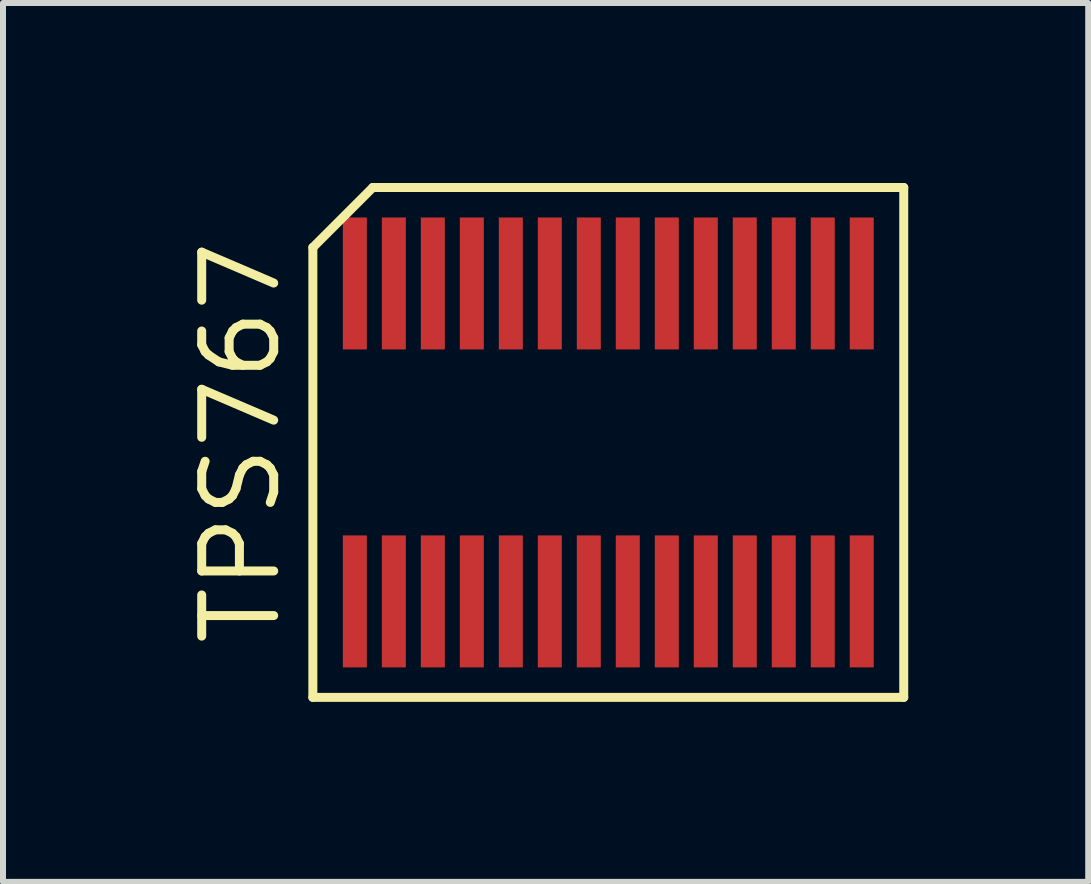
<source format=kicad_pcb>
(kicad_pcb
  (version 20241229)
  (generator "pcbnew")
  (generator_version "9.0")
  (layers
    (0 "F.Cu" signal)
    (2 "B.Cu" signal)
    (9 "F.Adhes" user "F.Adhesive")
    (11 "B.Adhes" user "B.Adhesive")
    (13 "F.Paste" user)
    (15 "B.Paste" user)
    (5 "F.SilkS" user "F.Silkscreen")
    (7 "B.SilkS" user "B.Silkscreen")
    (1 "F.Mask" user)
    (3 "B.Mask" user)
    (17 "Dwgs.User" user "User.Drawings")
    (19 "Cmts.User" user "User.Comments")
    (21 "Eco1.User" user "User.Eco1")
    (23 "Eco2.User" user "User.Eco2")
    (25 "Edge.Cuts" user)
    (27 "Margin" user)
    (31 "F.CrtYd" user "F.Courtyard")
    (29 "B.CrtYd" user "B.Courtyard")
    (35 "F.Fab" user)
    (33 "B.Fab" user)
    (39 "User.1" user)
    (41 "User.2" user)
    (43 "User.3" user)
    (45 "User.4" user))
  (footprint "TPS767"
    (layer "F.Cu")
    (at 7.09 4.325)
    (property "Reference" "TPS767" (at -6.125 0 90) (layer "F.SilkS") (effects (font (size 1.2 1.2) (thickness 0.15))))
    (attr through_hole)
    (fp_line (start -4.925 -3.25) (end -4.925 4.25) (stroke (width 0.15) (type solid)) (layer "F.SilkS"))
    (fp_line (start -4.925 4.25) (end 4.925 4.25) (stroke (width 0.15) (type solid)) (layer "F.SilkS"))
    (fp_line (start -3.925 -4.25) (end -4.925 -3.25) (stroke (width 0.15) (type solid)) (layer "F.SilkS"))
    (fp_line (start 4.925 -4.25) (end -3.925 -4.25) (stroke (width 0.15) (type solid)) (layer "F.SilkS"))
    (fp_line (start 4.925 4.25) (end 4.925 -4.25) (stroke (width 0.15) (type solid)) (layer "F.SilkS"))
    (pad "1" smd rect (at -4.225 2.65) (size 0.4 2.2) (layers "F.Cu" "F.Mask" "F.Paste"))
    (pad "2" smd rect (at -3.575 2.65) (size 0.4 2.2) (layers "F.Cu" "F.Mask" "F.Paste"))
    (pad "3" smd rect (at -2.925 2.65) (size 0.4 2.2) (layers "F.Cu" "F.Mask" "F.Paste"))
    (pad "4" smd rect (at -2.275 2.65) (size 0.4 2.2) (layers "F.Cu" "F.Mask" "F.Paste"))
    (pad "5" smd rect (at -1.625 2.65) (size 0.4 2.2) (layers "F.Cu" "F.Mask" "F.Paste"))
    (pad "6" smd rect (at -0.975 2.65) (size 0.4 2.2) (layers "F.Cu" "F.Mask" "F.Paste"))
    (pad "7" smd rect (at -0.325 2.65) (size 0.4 2.2) (layers "F.Cu" "F.Mask" "F.Paste"))
    (pad "8" smd rect (at 0.325 2.65) (size 0.4 2.2) (layers "F.Cu" "F.Mask" "F.Paste"))
    (pad "9" smd rect (at 0.975 2.65) (size 0.4 2.2) (layers "F.Cu" "F.Mask" "F.Paste"))
    (pad "10" smd rect (at 1.625 2.65) (size 0.4 2.2) (layers "F.Cu" "F.Mask" "F.Paste"))
    (pad "11" smd rect (at 2.275 2.65) (size 0.4 2.2) (layers "F.Cu" "F.Mask" "F.Paste"))
    (pad "12" smd rect (at 2.925 2.65) (size 0.4 2.2) (layers "F.Cu" "F.Mask" "F.Paste"))
    (pad "13" smd rect (at 3.575 2.65) (size 0.4 2.2) (layers "F.Cu" "F.Mask" "F.Paste"))
    (pad "14" smd rect (at 4.225 2.65) (size 0.4 2.2) (layers "F.Cu" "F.Mask" "F.Paste"))
    (pad "15" smd rect (at 4.225 -2.65) (size 0.4 2.2) (layers "F.Cu" "F.Mask" "F.Paste"))
    (pad "16" smd rect (at 3.575 -2.65) (size 0.4 2.2) (layers "F.Cu" "F.Mask" "F.Paste"))
    (pad "17" smd rect (at 2.925 -2.65) (size 0.4 2.2) (layers "F.Cu" "F.Mask" "F.Paste"))
    (pad "18" smd rect (at 2.275 -2.65) (size 0.4 2.2) (layers "F.Cu" "F.Mask" "F.Paste"))
    (pad "19" smd rect (at 1.625 -2.65) (size 0.4 2.2) (layers "F.Cu" "F.Mask" "F.Paste"))
    (pad "20" smd rect (at 0.975 -2.65) (size 0.4 2.2) (layers "F.Cu" "F.Mask" "F.Paste"))
    (pad "21" smd rect (at 0.325 -2.65) (size 0.4 2.2) (layers "F.Cu" "F.Mask" "F.Paste"))
    (pad "22" smd rect (at -0.325 -2.65) (size 0.4 2.2) (layers "F.Cu" "F.Mask" "F.Paste"))
    (pad "23" smd rect (at -0.975 -2.65) (size 0.4 2.2) (layers "F.Cu" "F.Mask" "F.Paste"))
    (pad "24" smd rect (at -1.625 -2.65) (size 0.4 2.2) (layers "F.Cu" "F.Mask" "F.Paste"))
    (pad "25" smd rect (at -2.275 -2.65) (size 0.4 2.2) (layers "F.Cu" "F.Mask" "F.Paste"))
    (pad "26" smd rect (at -2.925 -2.65) (size 0.4 2.2) (layers "F.Cu" "F.Mask" "F.Paste"))
    (pad "27" smd rect (at -3.575 -2.65) (size 0.4 2.2) (layers "F.Cu" "F.Mask" "F.Paste"))
    (pad "28" smd rect (at -4.225 -2.65) (size 0.4 2.2) (layers "F.Cu" "F.Mask" "F.Paste")))
  (gr_rect
    (start -3 -3)
    (end 15.09 11.65)
    (stroke (width 0.1) (type default))
    (fill no)
    (layer "Edge.Cuts")))
</source>
